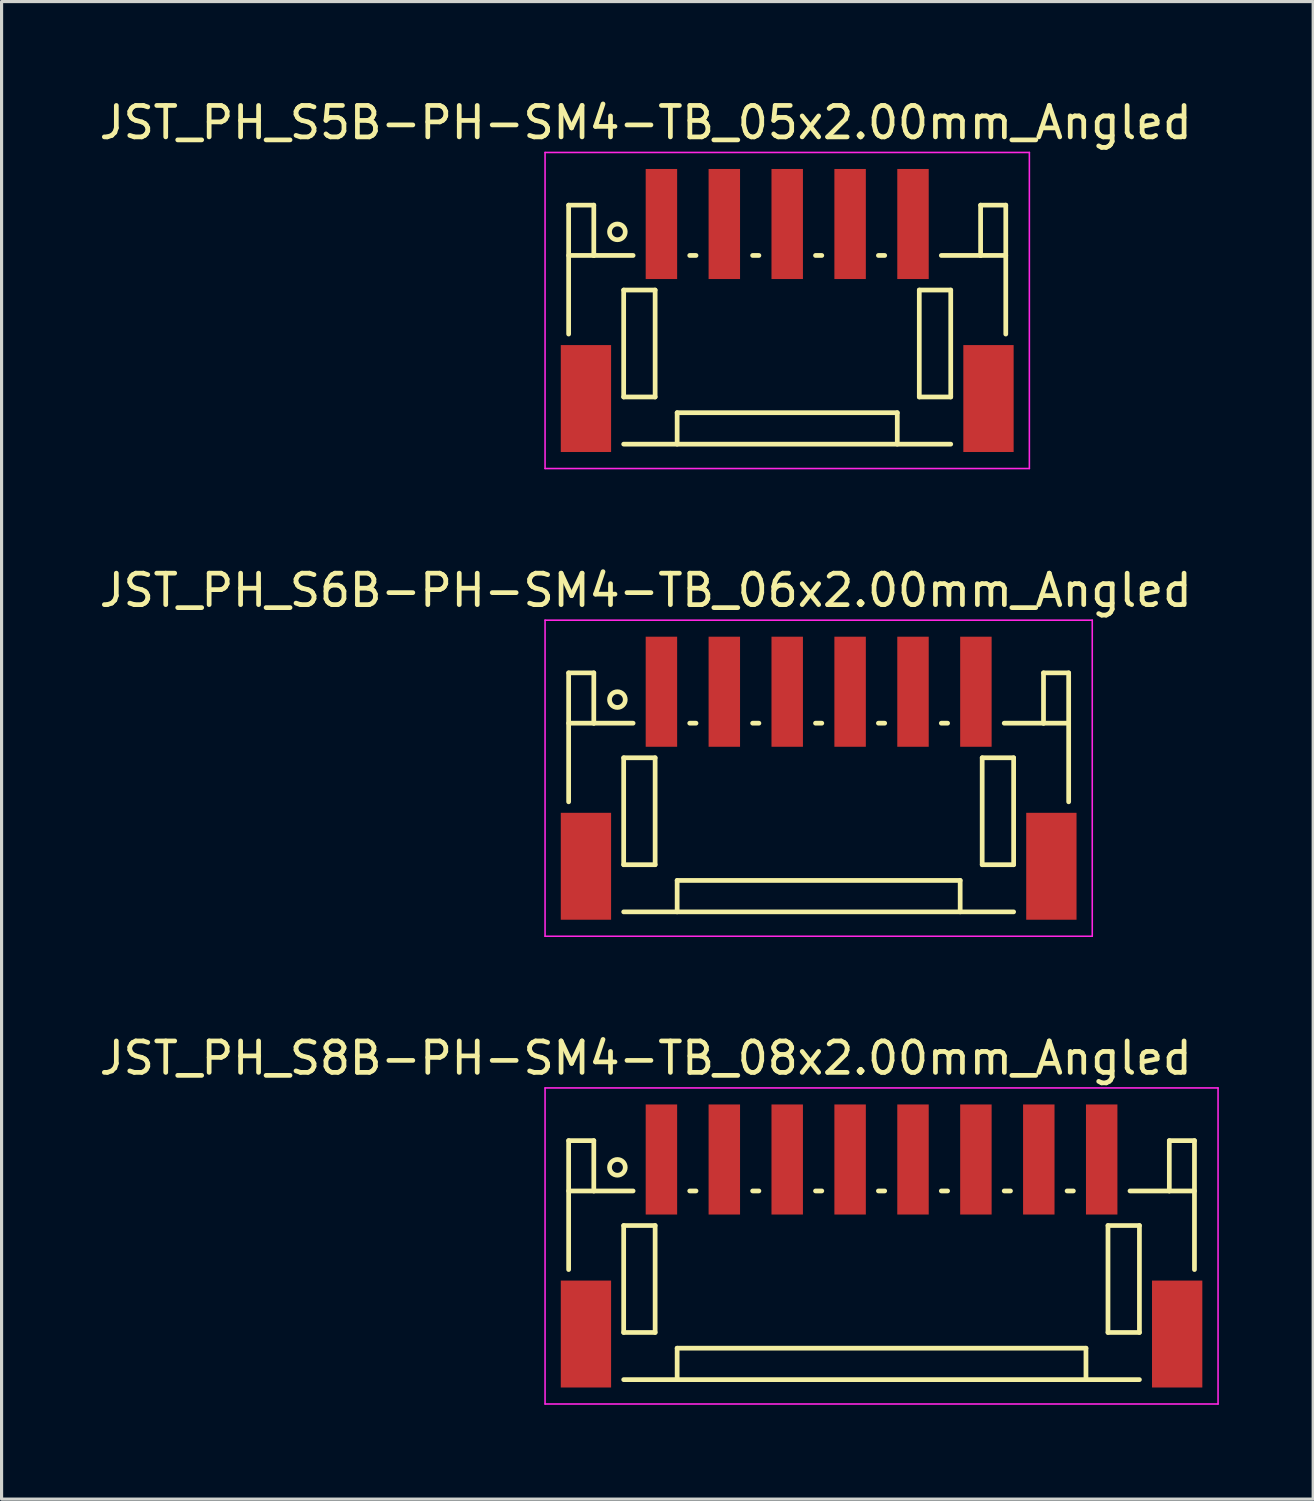
<source format=kicad_pcb>
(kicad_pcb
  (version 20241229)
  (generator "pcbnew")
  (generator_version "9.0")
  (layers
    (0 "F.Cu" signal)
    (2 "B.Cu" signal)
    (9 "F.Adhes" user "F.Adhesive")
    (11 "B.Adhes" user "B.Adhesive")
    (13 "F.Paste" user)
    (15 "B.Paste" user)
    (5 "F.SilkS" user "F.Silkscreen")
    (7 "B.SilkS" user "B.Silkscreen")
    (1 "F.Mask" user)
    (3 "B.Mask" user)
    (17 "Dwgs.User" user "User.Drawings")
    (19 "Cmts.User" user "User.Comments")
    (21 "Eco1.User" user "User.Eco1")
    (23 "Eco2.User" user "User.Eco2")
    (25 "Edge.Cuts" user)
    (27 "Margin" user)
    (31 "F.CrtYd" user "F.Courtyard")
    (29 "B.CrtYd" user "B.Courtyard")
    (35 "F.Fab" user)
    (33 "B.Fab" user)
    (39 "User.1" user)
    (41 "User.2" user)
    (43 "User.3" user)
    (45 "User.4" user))
  (footprint "JST_PH_S5B-PH-SM4-TB_05x2.00mm_Angled"
    (layer "F.Cu")
    (at 21.982 6.848)
    (property "Reference" "JST_PH_S5B-PH-SM4-TB_05x2.00mm_Angled" (at -4.5 -6 0) (layer "F.SilkS") (effects (font (size 1 1) (thickness 0.15))))
    (attr smd)
    (fp_line (start -6.95 -3.375) (end -6.95 0.725) (stroke (width 0.15) (type solid)) (layer "F.SilkS"))
    (fp_line (start -6.15 -3.375) (end -6.95 -3.375) (stroke (width 0.15) (type solid)) (layer "F.SilkS"))
    (fp_line (start -6.15 -1.775) (end -6.95 -1.775) (stroke (width 0.15) (type solid)) (layer "F.SilkS"))
    (fp_line (start -6.15 -1.775) (end -6.15 -3.375) (stroke (width 0.15) (type solid)) (layer "F.SilkS"))
    (fp_line (start -5.2 -0.675) (end -5.2 2.725) (stroke (width 0.15) (type solid)) (layer "F.SilkS"))
    (fp_line (start -5.2 2.725) (end -4.2 2.725) (stroke (width 0.15) (type solid)) (layer "F.SilkS"))
    (fp_line (start -5.2 4.225) (end 5.2 4.225) (stroke (width 0.15) (type solid)) (layer "F.SilkS"))
    (fp_line (start -4.9 -1.775) (end -6.15 -1.775) (stroke (width 0.15) (type solid)) (layer "F.SilkS"))
    (fp_line (start -4.2 -0.675) (end -5.2 -0.675) (stroke (width 0.15) (type solid)) (layer "F.SilkS"))
    (fp_line (start -4.2 2.725) (end -4.2 -0.675) (stroke (width 0.15) (type solid)) (layer "F.SilkS"))
    (fp_line (start -3.5 3.225) (end 3.5 3.225) (stroke (width 0.15) (type solid)) (layer "F.SilkS"))
    (fp_line (start -3.5 4.225) (end -3.5 3.225) (stroke (width 0.15) (type solid)) (layer "F.SilkS"))
    (fp_line (start -3.1 -1.775) (end -2.9 -1.775) (stroke (width 0.15) (type solid)) (layer "F.SilkS"))
    (fp_line (start -1.1 -1.775) (end -0.9 -1.775) (stroke (width 0.15) (type solid)) (layer "F.SilkS"))
    (fp_line (start 0.9 -1.775) (end 1.1 -1.775) (stroke (width 0.15) (type solid)) (layer "F.SilkS"))
    (fp_line (start 2.9 -1.775) (end 3.1 -1.775) (stroke (width 0.15) (type solid)) (layer "F.SilkS"))
    (fp_line (start 3.5 3.225) (end 3.5 4.225) (stroke (width 0.15) (type solid)) (layer "F.SilkS"))
    (fp_line (start 4.2 -0.675) (end 5.2 -0.675) (stroke (width 0.15) (type solid)) (layer "F.SilkS"))
    (fp_line (start 4.2 2.725) (end 4.2 -0.675) (stroke (width 0.15) (type solid)) (layer "F.SilkS"))
    (fp_line (start 4.9 -1.775) (end 6.15 -1.775) (stroke (width 0.15) (type solid)) (layer "F.SilkS"))
    (fp_line (start 5.2 -0.675) (end 5.2 2.725) (stroke (width 0.15) (type solid)) (layer "F.SilkS"))
    (fp_line (start 5.2 2.725) (end 4.2 2.725) (stroke (width 0.15) (type solid)) (layer "F.SilkS"))
    (fp_line (start 6.15 -3.375) (end 6.95 -3.375) (stroke (width 0.15) (type solid)) (layer "F.SilkS"))
    (fp_line (start 6.15 -1.775) (end 6.15 -3.375) (stroke (width 0.15) (type solid)) (layer "F.SilkS"))
    (fp_line (start 6.15 -1.775) (end 6.95 -1.775) (stroke (width 0.15) (type solid)) (layer "F.SilkS"))
    (fp_line (start 6.95 -3.375) (end 6.95 0.725) (stroke (width 0.15) (type solid)) (layer "F.SilkS"))
    (fp_circle (center -5.4 -2.525) (end -5.15 -2.525) (stroke (width 0.15) (type solid)) (fill no) (layer "F.SilkS"))
    (fp_line (start -7.7 -5.05) (end 7.7 -5.05) (stroke (width 0.05) (type solid)) (layer "F.CrtYd"))
    (fp_line (start -7.7 5) (end -7.7 -5.05) (stroke (width 0.05) (type solid)) (layer "F.CrtYd"))
    (fp_line (start 7.7 -5.05) (end 7.7 5) (stroke (width 0.05) (type solid)) (layer "F.CrtYd"))
    (fp_line (start 7.7 5) (end -7.7 5) (stroke (width 0.05) (type solid)) (layer "F.CrtYd"))
    (pad "" smd rect (at -6.4 2.775) (size 1.6 3.4) (layers "F.Cu" "F.Mask" "F.Paste"))
    (pad "" smd rect (at 6.4 2.775) (size 1.6 3.4) (layers "F.Cu" "F.Mask" "F.Paste"))
    (pad "1" smd rect (at -4 -2.775) (size 1 3.5) (layers "F.Cu" "F.Mask" "F.Paste"))
    (pad "2" smd rect (at -2 -2.775) (size 1 3.5) (layers "F.Cu" "F.Mask" "F.Paste"))
    (pad "3" smd rect (at 0 -2.775) (size 1 3.5) (layers "F.Cu" "F.Mask" "F.Paste"))
    (pad "4" smd rect (at 2 -2.775) (size 1 3.5) (layers "F.Cu" "F.Mask" "F.Paste"))
    (pad "5" smd rect (at 4 -2.775) (size 1 3.5) (layers "F.Cu" "F.Mask" "F.Paste")))
  (footprint "JST_PH_S8B-PH-SM4-TB_08x2.00mm_Angled"
    (layer "F.Cu")
    (at 24.982 36.595)
    (property "Reference" "JST_PH_S8B-PH-SM4-TB_08x2.00mm_Angled" (at -7.5 -6 0) (layer "F.SilkS") (effects (font (size 1 1) (thickness 0.15))))
    (attr smd)
    (fp_line (start -9.95 -3.375) (end -9.95 0.725) (stroke (width 0.15) (type solid)) (layer "F.SilkS"))
    (fp_line (start -9.15 -3.375) (end -9.95 -3.375) (stroke (width 0.15) (type solid)) (layer "F.SilkS"))
    (fp_line (start -9.15 -1.775) (end -9.95 -1.775) (stroke (width 0.15) (type solid)) (layer "F.SilkS"))
    (fp_line (start -9.15 -1.775) (end -9.15 -3.375) (stroke (width 0.15) (type solid)) (layer "F.SilkS"))
    (fp_line (start -8.2 -0.675) (end -8.2 2.725) (stroke (width 0.15) (type solid)) (layer "F.SilkS"))
    (fp_line (start -8.2 2.725) (end -7.2 2.725) (stroke (width 0.15) (type solid)) (layer "F.SilkS"))
    (fp_line (start -8.2 4.225) (end 8.2 4.225) (stroke (width 0.15) (type solid)) (layer "F.SilkS"))
    (fp_line (start -7.9 -1.775) (end -9.15 -1.775) (stroke (width 0.15) (type solid)) (layer "F.SilkS"))
    (fp_line (start -7.2 -0.675) (end -8.2 -0.675) (stroke (width 0.15) (type solid)) (layer "F.SilkS"))
    (fp_line (start -7.2 2.725) (end -7.2 -0.675) (stroke (width 0.15) (type solid)) (layer "F.SilkS"))
    (fp_line (start -6.5 3.225) (end 6.5 3.225) (stroke (width 0.15) (type solid)) (layer "F.SilkS"))
    (fp_line (start -6.5 4.225) (end -6.5 3.225) (stroke (width 0.15) (type solid)) (layer "F.SilkS"))
    (fp_line (start -6.1 -1.775) (end -5.9 -1.775) (stroke (width 0.15) (type solid)) (layer "F.SilkS"))
    (fp_line (start -4.1 -1.775) (end -3.9 -1.775) (stroke (width 0.15) (type solid)) (layer "F.SilkS"))
    (fp_line (start -2.1 -1.775) (end -1.9 -1.775) (stroke (width 0.15) (type solid)) (layer "F.SilkS"))
    (fp_line (start -0.1 -1.775) (end 0.1 -1.775) (stroke (width 0.15) (type solid)) (layer "F.SilkS"))
    (fp_line (start 1.9 -1.775) (end 2.1 -1.775) (stroke (width 0.15) (type solid)) (layer "F.SilkS"))
    (fp_line (start 3.9 -1.775) (end 4.1 -1.775) (stroke (width 0.15) (type solid)) (layer "F.SilkS"))
    (fp_line (start 5.9 -1.775) (end 6.1 -1.775) (stroke (width 0.15) (type solid)) (layer "F.SilkS"))
    (fp_line (start 6.5 3.225) (end 6.5 4.225) (stroke (width 0.15) (type solid)) (layer "F.SilkS"))
    (fp_line (start 7.2 -0.675) (end 8.2 -0.675) (stroke (width 0.15) (type solid)) (layer "F.SilkS"))
    (fp_line (start 7.2 2.725) (end 7.2 -0.675) (stroke (width 0.15) (type solid)) (layer "F.SilkS"))
    (fp_line (start 7.9 -1.775) (end 9.15 -1.775) (stroke (width 0.15) (type solid)) (layer "F.SilkS"))
    (fp_line (start 8.2 -0.675) (end 8.2 2.725) (stroke (width 0.15) (type solid)) (layer "F.SilkS"))
    (fp_line (start 8.2 2.725) (end 7.2 2.725) (stroke (width 0.15) (type solid)) (layer "F.SilkS"))
    (fp_line (start 9.15 -3.375) (end 9.95 -3.375) (stroke (width 0.15) (type solid)) (layer "F.SilkS"))
    (fp_line (start 9.15 -1.775) (end 9.15 -3.375) (stroke (width 0.15) (type solid)) (layer "F.SilkS"))
    (fp_line (start 9.15 -1.775) (end 9.95 -1.775) (stroke (width 0.15) (type solid)) (layer "F.SilkS"))
    (fp_line (start 9.95 -3.375) (end 9.95 0.725) (stroke (width 0.15) (type solid)) (layer "F.SilkS"))
    (fp_circle (center -8.4 -2.525) (end -8.15 -2.525) (stroke (width 0.15) (type solid)) (fill no) (layer "F.SilkS"))
    (fp_line (start -10.7 -5.05) (end 10.7 -5.05) (stroke (width 0.05) (type solid)) (layer "F.CrtYd"))
    (fp_line (start -10.7 5) (end -10.7 -5.05) (stroke (width 0.05) (type solid)) (layer "F.CrtYd"))
    (fp_line (start 10.7 -5.05) (end 10.7 5) (stroke (width 0.05) (type solid)) (layer "F.CrtYd"))
    (fp_line (start 10.7 5) (end -10.7 5) (stroke (width 0.05) (type solid)) (layer "F.CrtYd"))
    (pad "" smd rect (at -9.4 2.775) (size 1.6 3.4) (layers "F.Cu" "F.Mask" "F.Paste"))
    (pad "" smd rect (at 9.4 2.775) (size 1.6 3.4) (layers "F.Cu" "F.Mask" "F.Paste"))
    (pad "1" smd rect (at -7 -2.775) (size 1 3.5) (layers "F.Cu" "F.Mask" "F.Paste"))
    (pad "2" smd rect (at -5 -2.775) (size 1 3.5) (layers "F.Cu" "F.Mask" "F.Paste"))
    (pad "3" smd rect (at -3 -2.775) (size 1 3.5) (layers "F.Cu" "F.Mask" "F.Paste"))
    (pad "4" smd rect (at -1 -2.775) (size 1 3.5) (layers "F.Cu" "F.Mask" "F.Paste"))
    (pad "5" smd rect (at 1 -2.775) (size 1 3.5) (layers "F.Cu" "F.Mask" "F.Paste"))
    (pad "6" smd rect (at 3 -2.775) (size 1 3.5) (layers "F.Cu" "F.Mask" "F.Paste"))
    (pad "7" smd rect (at 5 -2.775) (size 1 3.5) (layers "F.Cu" "F.Mask" "F.Paste"))
    (pad "8" smd rect (at 7 -2.775) (size 1 3.5) (layers "F.Cu" "F.Mask" "F.Paste")))
  (footprint "JST_PH_S6B-PH-SM4-TB_06x2.00mm_Angled"
    (layer "F.Cu")
    (at 22.982 21.721)
    (property "Reference" "JST_PH_S6B-PH-SM4-TB_06x2.00mm_Angled" (at -5.5 -6 0) (layer "F.SilkS") (effects (font (size 1 1) (thickness 0.15))))
    (attr smd)
    (fp_line (start -7.95 -3.375) (end -7.95 0.725) (stroke (width 0.15) (type solid)) (layer "F.SilkS"))
    (fp_line (start -7.15 -3.375) (end -7.95 -3.375) (stroke (width 0.15) (type solid)) (layer "F.SilkS"))
    (fp_line (start -7.15 -1.775) (end -7.95 -1.775) (stroke (width 0.15) (type solid)) (layer "F.SilkS"))
    (fp_line (start -7.15 -1.775) (end -7.15 -3.375) (stroke (width 0.15) (type solid)) (layer "F.SilkS"))
    (fp_line (start -6.2 -0.675) (end -6.2 2.725) (stroke (width 0.15) (type solid)) (layer "F.SilkS"))
    (fp_line (start -6.2 2.725) (end -5.2 2.725) (stroke (width 0.15) (type solid)) (layer "F.SilkS"))
    (fp_line (start -6.2 4.225) (end 6.2 4.225) (stroke (width 0.15) (type solid)) (layer "F.SilkS"))
    (fp_line (start -5.9 -1.775) (end -7.15 -1.775) (stroke (width 0.15) (type solid)) (layer "F.SilkS"))
    (fp_line (start -5.2 -0.675) (end -6.2 -0.675) (stroke (width 0.15) (type solid)) (layer "F.SilkS"))
    (fp_line (start -5.2 2.725) (end -5.2 -0.675) (stroke (width 0.15) (type solid)) (layer "F.SilkS"))
    (fp_line (start -4.5 3.225) (end 4.5 3.225) (stroke (width 0.15) (type solid)) (layer "F.SilkS"))
    (fp_line (start -4.5 4.225) (end -4.5 3.225) (stroke (width 0.15) (type solid)) (layer "F.SilkS"))
    (fp_line (start -4.1 -1.775) (end -3.9 -1.775) (stroke (width 0.15) (type solid)) (layer "F.SilkS"))
    (fp_line (start -2.1 -1.775) (end -1.9 -1.775) (stroke (width 0.15) (type solid)) (layer "F.SilkS"))
    (fp_line (start -0.1 -1.775) (end 0.1 -1.775) (stroke (width 0.15) (type solid)) (layer "F.SilkS"))
    (fp_line (start 1.9 -1.775) (end 2.1 -1.775) (stroke (width 0.15) (type solid)) (layer "F.SilkS"))
    (fp_line (start 3.9 -1.775) (end 4.1 -1.775) (stroke (width 0.15) (type solid)) (layer "F.SilkS"))
    (fp_line (start 4.5 3.225) (end 4.5 4.225) (stroke (width 0.15) (type solid)) (layer "F.SilkS"))
    (fp_line (start 5.2 -0.675) (end 6.2 -0.675) (stroke (width 0.15) (type solid)) (layer "F.SilkS"))
    (fp_line (start 5.2 2.725) (end 5.2 -0.675) (stroke (width 0.15) (type solid)) (layer "F.SilkS"))
    (fp_line (start 5.9 -1.775) (end 7.15 -1.775) (stroke (width 0.15) (type solid)) (layer "F.SilkS"))
    (fp_line (start 6.2 -0.675) (end 6.2 2.725) (stroke (width 0.15) (type solid)) (layer "F.SilkS"))
    (fp_line (start 6.2 2.725) (end 5.2 2.725) (stroke (width 0.15) (type solid)) (layer "F.SilkS"))
    (fp_line (start 7.15 -3.375) (end 7.95 -3.375) (stroke (width 0.15) (type solid)) (layer "F.SilkS"))
    (fp_line (start 7.15 -1.775) (end 7.15 -3.375) (stroke (width 0.15) (type solid)) (layer "F.SilkS"))
    (fp_line (start 7.15 -1.775) (end 7.95 -1.775) (stroke (width 0.15) (type solid)) (layer "F.SilkS"))
    (fp_line (start 7.95 -3.375) (end 7.95 0.725) (stroke (width 0.15) (type solid)) (layer "F.SilkS"))
    (fp_circle (center -6.4 -2.525) (end -6.15 -2.525) (stroke (width 0.15) (type solid)) (fill no) (layer "F.SilkS"))
    (fp_line (start -8.7 -5.05) (end 8.7 -5.05) (stroke (width 0.05) (type solid)) (layer "F.CrtYd"))
    (fp_line (start -8.7 5) (end -8.7 -5.05) (stroke (width 0.05) (type solid)) (layer "F.CrtYd"))
    (fp_line (start 8.7 -5.05) (end 8.7 5) (stroke (width 0.05) (type solid)) (layer "F.CrtYd"))
    (fp_line (start 8.7 5) (end -8.7 5) (stroke (width 0.05) (type solid)) (layer "F.CrtYd"))
    (pad "" smd rect (at -7.4 2.775) (size 1.6 3.4) (layers "F.Cu" "F.Mask" "F.Paste"))
    (pad "" smd rect (at 7.4 2.775) (size 1.6 3.4) (layers "F.Cu" "F.Mask" "F.Paste"))
    (pad "1" smd rect (at -5 -2.775) (size 1 3.5) (layers "F.Cu" "F.Mask" "F.Paste"))
    (pad "2" smd rect (at -3 -2.775) (size 1 3.5) (layers "F.Cu" "F.Mask" "F.Paste"))
    (pad "3" smd rect (at -1 -2.775) (size 1 3.5) (layers "F.Cu" "F.Mask" "F.Paste"))
    (pad "4" smd rect (at 1 -2.775) (size 1 3.5) (layers "F.Cu" "F.Mask" "F.Paste"))
    (pad "5" smd rect (at 3 -2.775) (size 1 3.5) (layers "F.Cu" "F.Mask" "F.Paste"))
    (pad "6" smd rect (at 5 -2.775) (size 1 3.5) (layers "F.Cu" "F.Mask" "F.Paste")))
  (gr_rect
    (start -3 -3)
    (end 38.707 44.62)
    (stroke (width 0.1) (type default))
    (fill no)
    (layer "Edge.Cuts")))
</source>
